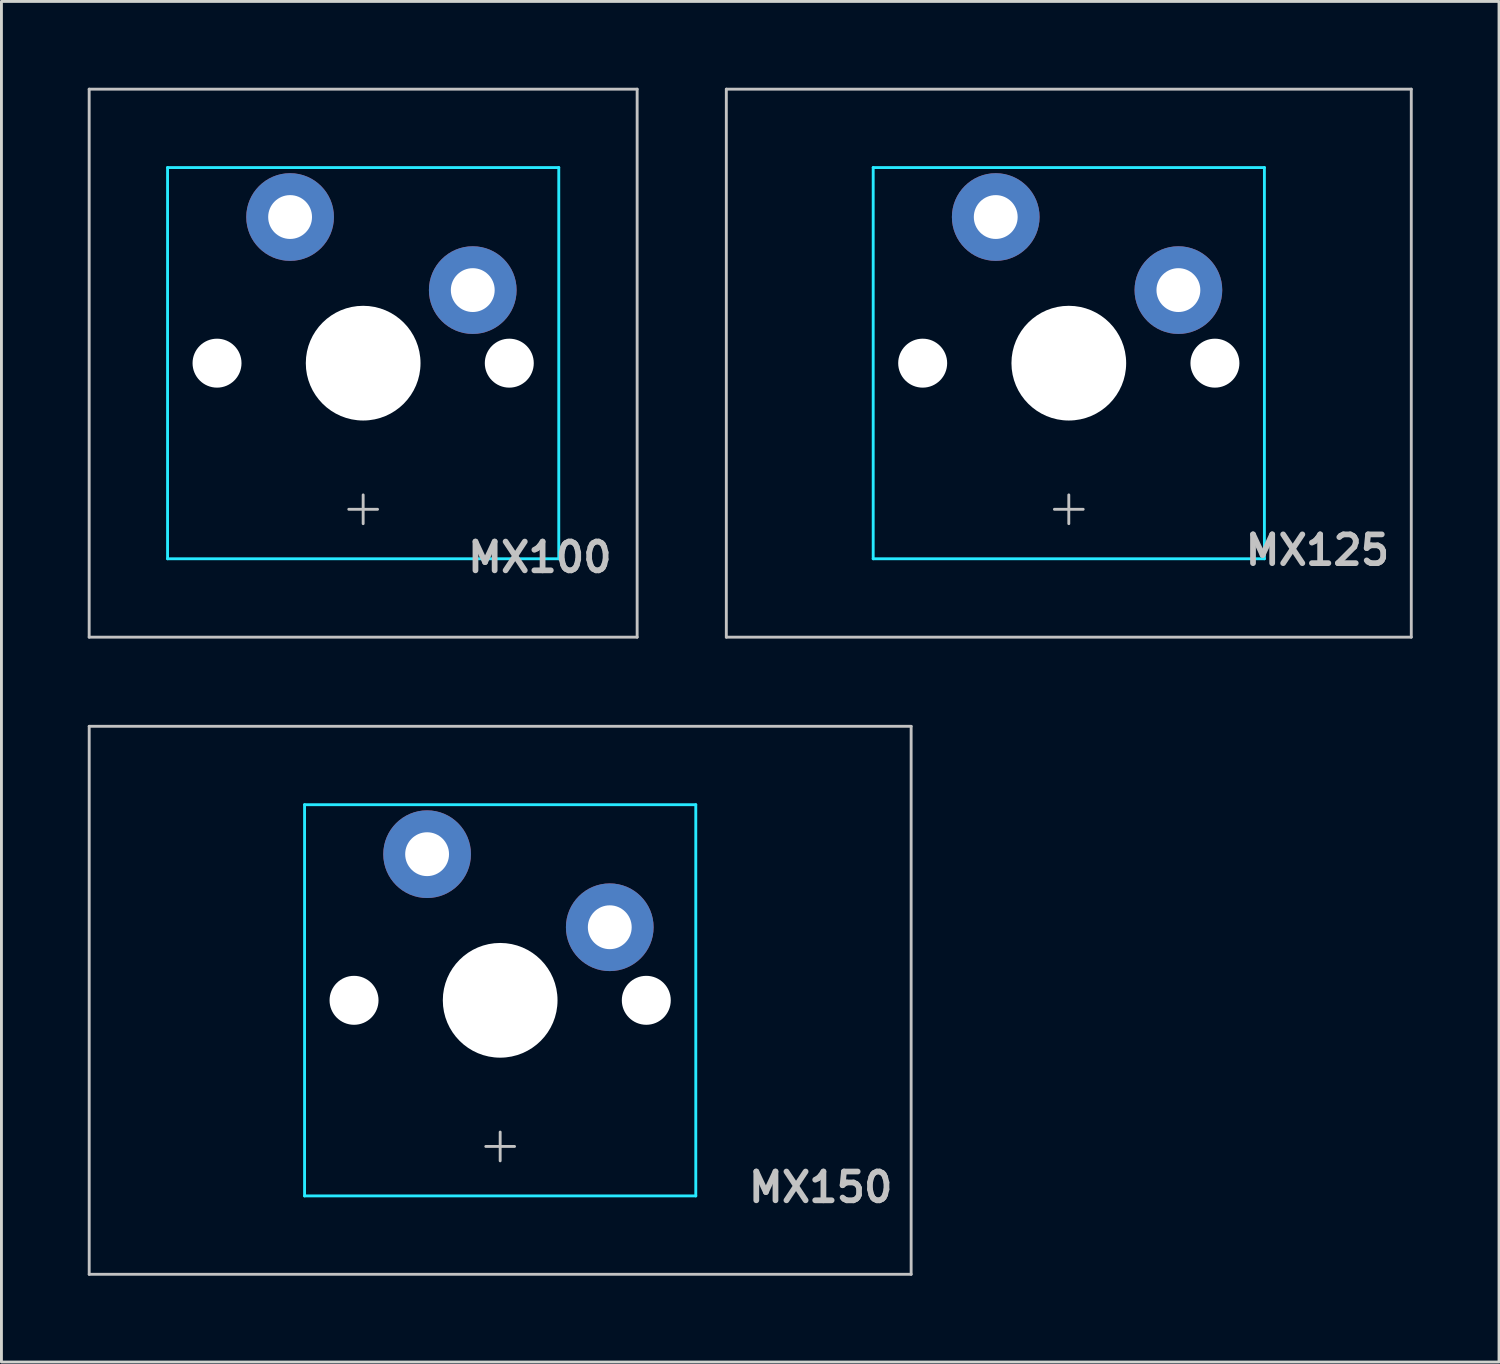
<source format=kicad_pcb>
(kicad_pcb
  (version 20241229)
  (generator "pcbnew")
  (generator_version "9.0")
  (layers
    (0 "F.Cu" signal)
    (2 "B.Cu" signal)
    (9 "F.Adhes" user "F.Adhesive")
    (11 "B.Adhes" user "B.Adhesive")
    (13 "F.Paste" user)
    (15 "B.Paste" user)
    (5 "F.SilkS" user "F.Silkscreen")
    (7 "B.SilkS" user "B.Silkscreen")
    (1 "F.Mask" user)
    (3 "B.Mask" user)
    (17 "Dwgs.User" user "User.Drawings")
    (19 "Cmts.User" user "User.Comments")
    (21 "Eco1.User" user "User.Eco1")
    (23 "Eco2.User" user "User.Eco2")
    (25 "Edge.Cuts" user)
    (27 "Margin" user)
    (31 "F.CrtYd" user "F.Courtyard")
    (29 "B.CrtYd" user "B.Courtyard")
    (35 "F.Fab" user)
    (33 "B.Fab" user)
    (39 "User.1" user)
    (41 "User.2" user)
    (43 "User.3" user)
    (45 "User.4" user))
  (footprint "MX150"
    (layer "F.Cu")
    (at 14.338 31.725)
    (property "Reference" "MX150" (at 13.75 6.5 0) (layer "Dwgs.User") (effects (font (size 1 1) (thickness 0.2)) (justify right)))
    (attr through_hole)
    (fp_line (start -14.287 -9.525) (end -14.287 9.525) (stroke (width 0.1) (type solid)) (layer "Dwgs.User"))
    (fp_line (start -14.287 -9.525) (end 14.287 -9.525) (stroke (width 0.1) (type solid)) (layer "Dwgs.User"))
    (fp_line (start -14.287 9.525) (end 14.287 9.525) (stroke (width 0.1) (type solid)) (layer "Dwgs.User"))
    (fp_line (start 0 5.58) (end 0 4.58) (stroke (width 0.1) (type solid)) (layer "Dwgs.User"))
    (fp_line (start 0.5 5.08) (end -0.5 5.08) (stroke (width 0.1) (type solid)) (layer "Dwgs.User"))
    (fp_line (start 14.287 -9.525) (end 14.287 9.525) (stroke (width 0.1) (type solid)) (layer "Dwgs.User"))
    (fp_line (start -7 -6.5) (end -7 6.5) (stroke (width 0.1) (type solid)) (layer "Eco1.User"))
    (fp_line (start -6.5 7) (end 6.5 7) (stroke (width 0.1) (type solid)) (layer "Eco1.User"))
    (fp_line (start 6.5 -7) (end -6.5 -7) (stroke (width 0.1) (type solid)) (layer "Eco1.User"))
    (fp_line (start 7 6.5) (end 7 -6.5) (stroke (width 0.1) (type solid)) (layer "Eco1.User"))
    (fp_arc (start -7 -6.5) (mid -6.853553 -6.853553) (end -6.5 -7) (stroke (width 0.1) (type solid)) (layer "Eco1.User"))
    (fp_arc (start -6.5 7) (mid -6.853553 6.853553) (end -7 6.5) (stroke (width 0.1) (type solid)) (layer "Eco1.User"))
    (fp_arc (start 6.5 -7) (mid 6.853553 -6.853553) (end 7 -6.5) (stroke (width 0.1) (type solid)) (layer "Eco1.User"))
    (fp_arc (start 7 6.5) (mid 6.853553 6.853553) (end 6.5 7) (stroke (width 0.1) (type solid)) (layer "Eco1.User"))
    (fp_line (start -6.8 -6.8) (end 6.8 -6.8) (stroke (width 0.1) (type solid)) (layer "B.CrtYd"))
    (fp_line (start -6.8 6.8) (end -6.8 -6.8) (stroke (width 0.1) (type solid)) (layer "B.CrtYd"))
    (fp_line (start -6.8 6.8) (end 6.8 6.8) (stroke (width 0.1) (type solid)) (layer "B.CrtYd"))
    (fp_line (start 6.8 6.8) (end 6.8 -6.8) (stroke (width 0.1) (type solid)) (layer "B.CrtYd"))
    (pad "" np_thru_hole circle (at -5.08 0) (size 1.702 1.702) (drill 1.702) (layers "*.Cu" "*.Mask"))
    (pad "" np_thru_hole circle (at 0 0) (size 3.988 3.988) (drill 3.988) (layers "*.Cu" "*.Mask"))
    (pad "" np_thru_hole circle (at 5.08 0) (size 1.702 1.702) (drill 1.702) (layers "*.Cu" "*.Mask"))
    (pad "1" thru_hole circle (at -2.54 -5.08) (size 3.048 3.048) (drill 1.524) (layers "*.Cu" "*.Mask"))
    (pad "2" thru_hole circle (at 3.81 -2.54) (size 3.048 3.048) (drill 1.524) (layers "*.Cu" "*.Mask")))
  (footprint "MX100"
    (layer "F.Cu")
    (at 9.575 9.575)
    (property "Reference" "MX100" (at 8.75 6.75 0) (layer "Dwgs.User") (effects (font (size 1 1) (thickness 0.2)) (justify right)))
    (attr through_hole)
    (fp_circle (center 3.81 -2.54) (end 4.318 -2.54) (stroke (width 0.12) (type solid)) (fill no) (layer "F.Mask"))
    (fp_line (start -9.525 -9.525) (end 9.525 -9.525) (stroke (width 0.1) (type solid)) (layer "Dwgs.User"))
    (fp_line (start -9.525 9.525) (end -9.525 -9.525) (stroke (width 0.1) (type solid)) (layer "Dwgs.User"))
    (fp_line (start -0.5 5.08) (end 0.5 5.08) (stroke (width 0.1) (type solid)) (layer "Dwgs.User"))
    (fp_line (start 0 4.58) (end 0 5.58) (stroke (width 0.1) (type solid)) (layer "Dwgs.User"))
    (fp_line (start 9.525 -9.525) (end 9.525 9.525) (stroke (width 0.1) (type solid)) (layer "Dwgs.User"))
    (fp_line (start 9.525 9.525) (end -9.525 9.525) (stroke (width 0.1) (type solid)) (layer "Dwgs.User"))
    (fp_line (start -7 -6.5) (end -7 6.5) (stroke (width 0.1) (type solid)) (layer "Eco1.User"))
    (fp_line (start -6.5 7) (end 6.5 7) (stroke (width 0.1) (type solid)) (layer "Eco1.User"))
    (fp_line (start 6.5 -7) (end -6.5 -7) (stroke (width 0.1) (type solid)) (layer "Eco1.User"))
    (fp_line (start 7 6.5) (end 7 -6.5) (stroke (width 0.1) (type solid)) (layer "Eco1.User"))
    (fp_arc (start -7 -6.5) (mid -6.853553 -6.853553) (end -6.5 -7) (stroke (width 0.1) (type solid)) (layer "Eco1.User"))
    (fp_arc (start -6.5 7) (mid -6.853553 6.853553) (end -7 6.5) (stroke (width 0.1) (type solid)) (layer "Eco1.User"))
    (fp_arc (start 6.5 -7) (mid 6.853553 -6.853553) (end 7 -6.5) (stroke (width 0.1) (type solid)) (layer "Eco1.User"))
    (fp_arc (start 7 6.5) (mid 6.853553 6.853553) (end 6.5 7) (stroke (width 0.1) (type solid)) (layer "Eco1.User"))
    (fp_line (start -6.8 -6.8) (end -6.8 6.8) (stroke (width 0.1) (type solid)) (layer "B.CrtYd"))
    (fp_line (start -6.8 -6.8) (end 6.8 -6.8) (stroke (width 0.1) (type solid)) (layer "B.CrtYd"))
    (fp_line (start -6.8 6.8) (end 6.8 6.8) (stroke (width 0.1) (type solid)) (layer "B.CrtYd"))
    (fp_line (start 6.8 -6.8) (end 6.8 6.8) (stroke (width 0.1) (type solid)) (layer "B.CrtYd"))
    (pad "" np_thru_hole circle (at -5.08 0) (size 1.702 1.702) (drill 1.702) (layers "*.Cu" "*.Mask"))
    (pad "" np_thru_hole circle (at 0 0) (size 3.988 3.988) (drill 3.988) (layers "*.Cu" "*.Mask"))
    (pad "" np_thru_hole circle (at 5.08 0) (size 1.702 1.702) (drill 1.702) (layers "*.Cu" "*.Mask"))
    (pad "1" thru_hole circle (at -2.54 -5.08) (size 3.048 3.048) (drill 1.524) (layers "*.Cu" "*.Mask"))
    (pad "2" thru_hole circle (at 3.81 -2.54 90) (size 3.048 3.048) (drill 1.524) (layers "*.Cu" "*.Mask")))
  (footprint "MX125"
    (layer "F.Cu")
    (at 34.106 9.575)
    (property "Reference" "MX125" (at 11.25 6.5 0) (layer "Dwgs.User") (effects (font (size 1 1) (thickness 0.2)) (justify right)))
    (attr through_hole)
    (fp_line (start -11.906 -9.525) (end -11.906 9.525) (stroke (width 0.1) (type solid)) (layer "Dwgs.User"))
    (fp_line (start -11.906 -9.525) (end 11.906 -9.525) (stroke (width 0.1) (type solid)) (layer "Dwgs.User"))
    (fp_line (start -11.906 9.525) (end 11.906 9.525) (stroke (width 0.1) (type solid)) (layer "Dwgs.User"))
    (fp_line (start -0.5 5.08) (end 0.5 5.08) (stroke (width 0.1) (type solid)) (layer "Dwgs.User"))
    (fp_line (start 0 4.58) (end 0 5.58) (stroke (width 0.1) (type solid)) (layer "Dwgs.User"))
    (fp_line (start 11.906 -9.525) (end 11.906 9.525) (stroke (width 0.1) (type solid)) (layer "Dwgs.User"))
    (fp_line (start -7 -6.5) (end -7 6.5) (stroke (width 0.1) (type solid)) (layer "Eco1.User"))
    (fp_line (start -6.5 7) (end 6.5 7) (stroke (width 0.1) (type solid)) (layer "Eco1.User"))
    (fp_line (start 6.5 -7) (end -6.5 -7) (stroke (width 0.1) (type solid)) (layer "Eco1.User"))
    (fp_line (start 7 6.5) (end 7 -6.5) (stroke (width 0.1) (type solid)) (layer "Eco1.User"))
    (fp_arc (start -7 -6.5) (mid -6.853553 -6.853553) (end -6.5 -7) (stroke (width 0.1) (type solid)) (layer "Eco1.User"))
    (fp_arc (start -6.5 7) (mid -6.853553 6.853553) (end -7 6.5) (stroke (width 0.1) (type solid)) (layer "Eco1.User"))
    (fp_arc (start 6.5 -7) (mid 6.853553 -6.853553) (end 7 -6.5) (stroke (width 0.1) (type solid)) (layer "Eco1.User"))
    (fp_arc (start 7 6.5) (mid 6.853553 6.853553) (end 6.5 7) (stroke (width 0.1) (type solid)) (layer "Eco1.User"))
    (fp_line (start -6.8 -6.8) (end -6.8 6.8) (stroke (width 0.1) (type solid)) (layer "B.CrtYd"))
    (fp_line (start -6.8 -6.8) (end 6.8 -6.8) (stroke (width 0.1) (type solid)) (layer "B.CrtYd"))
    (fp_line (start -6.8 6.8) (end 6.8 6.8) (stroke (width 0.1) (type solid)) (layer "B.CrtYd"))
    (fp_line (start 6.8 6.8) (end 6.8 -6.8) (stroke (width 0.1) (type solid)) (layer "B.CrtYd"))
    (pad "" np_thru_hole circle (at -5.08 0) (size 1.702 1.702) (drill 1.702) (layers "*.Cu" "*.Mask"))
    (pad "" np_thru_hole circle (at 0 0) (size 3.988 3.988) (drill 3.988) (layers "*.Cu" "*.Mask"))
    (pad "" np_thru_hole circle (at 5.08 0) (size 1.702 1.702) (drill 1.702) (layers "*.Cu" "*.Mask"))
    (pad "1" thru_hole circle (at -2.54 -5.08) (size 3.048 3.048) (drill 1.524) (layers "*.Cu" "*.Mask"))
    (pad "2" thru_hole circle (at 3.81 -2.54) (size 3.048 3.048) (drill 1.524) (layers "*.Cu" "*.Mask")))
  (gr_rect
    (start -3 -3)
    (end 49.062 44.3)
    (stroke (width 0.1) (type default))
    (fill no)
    (layer "Edge.Cuts")))
</source>
